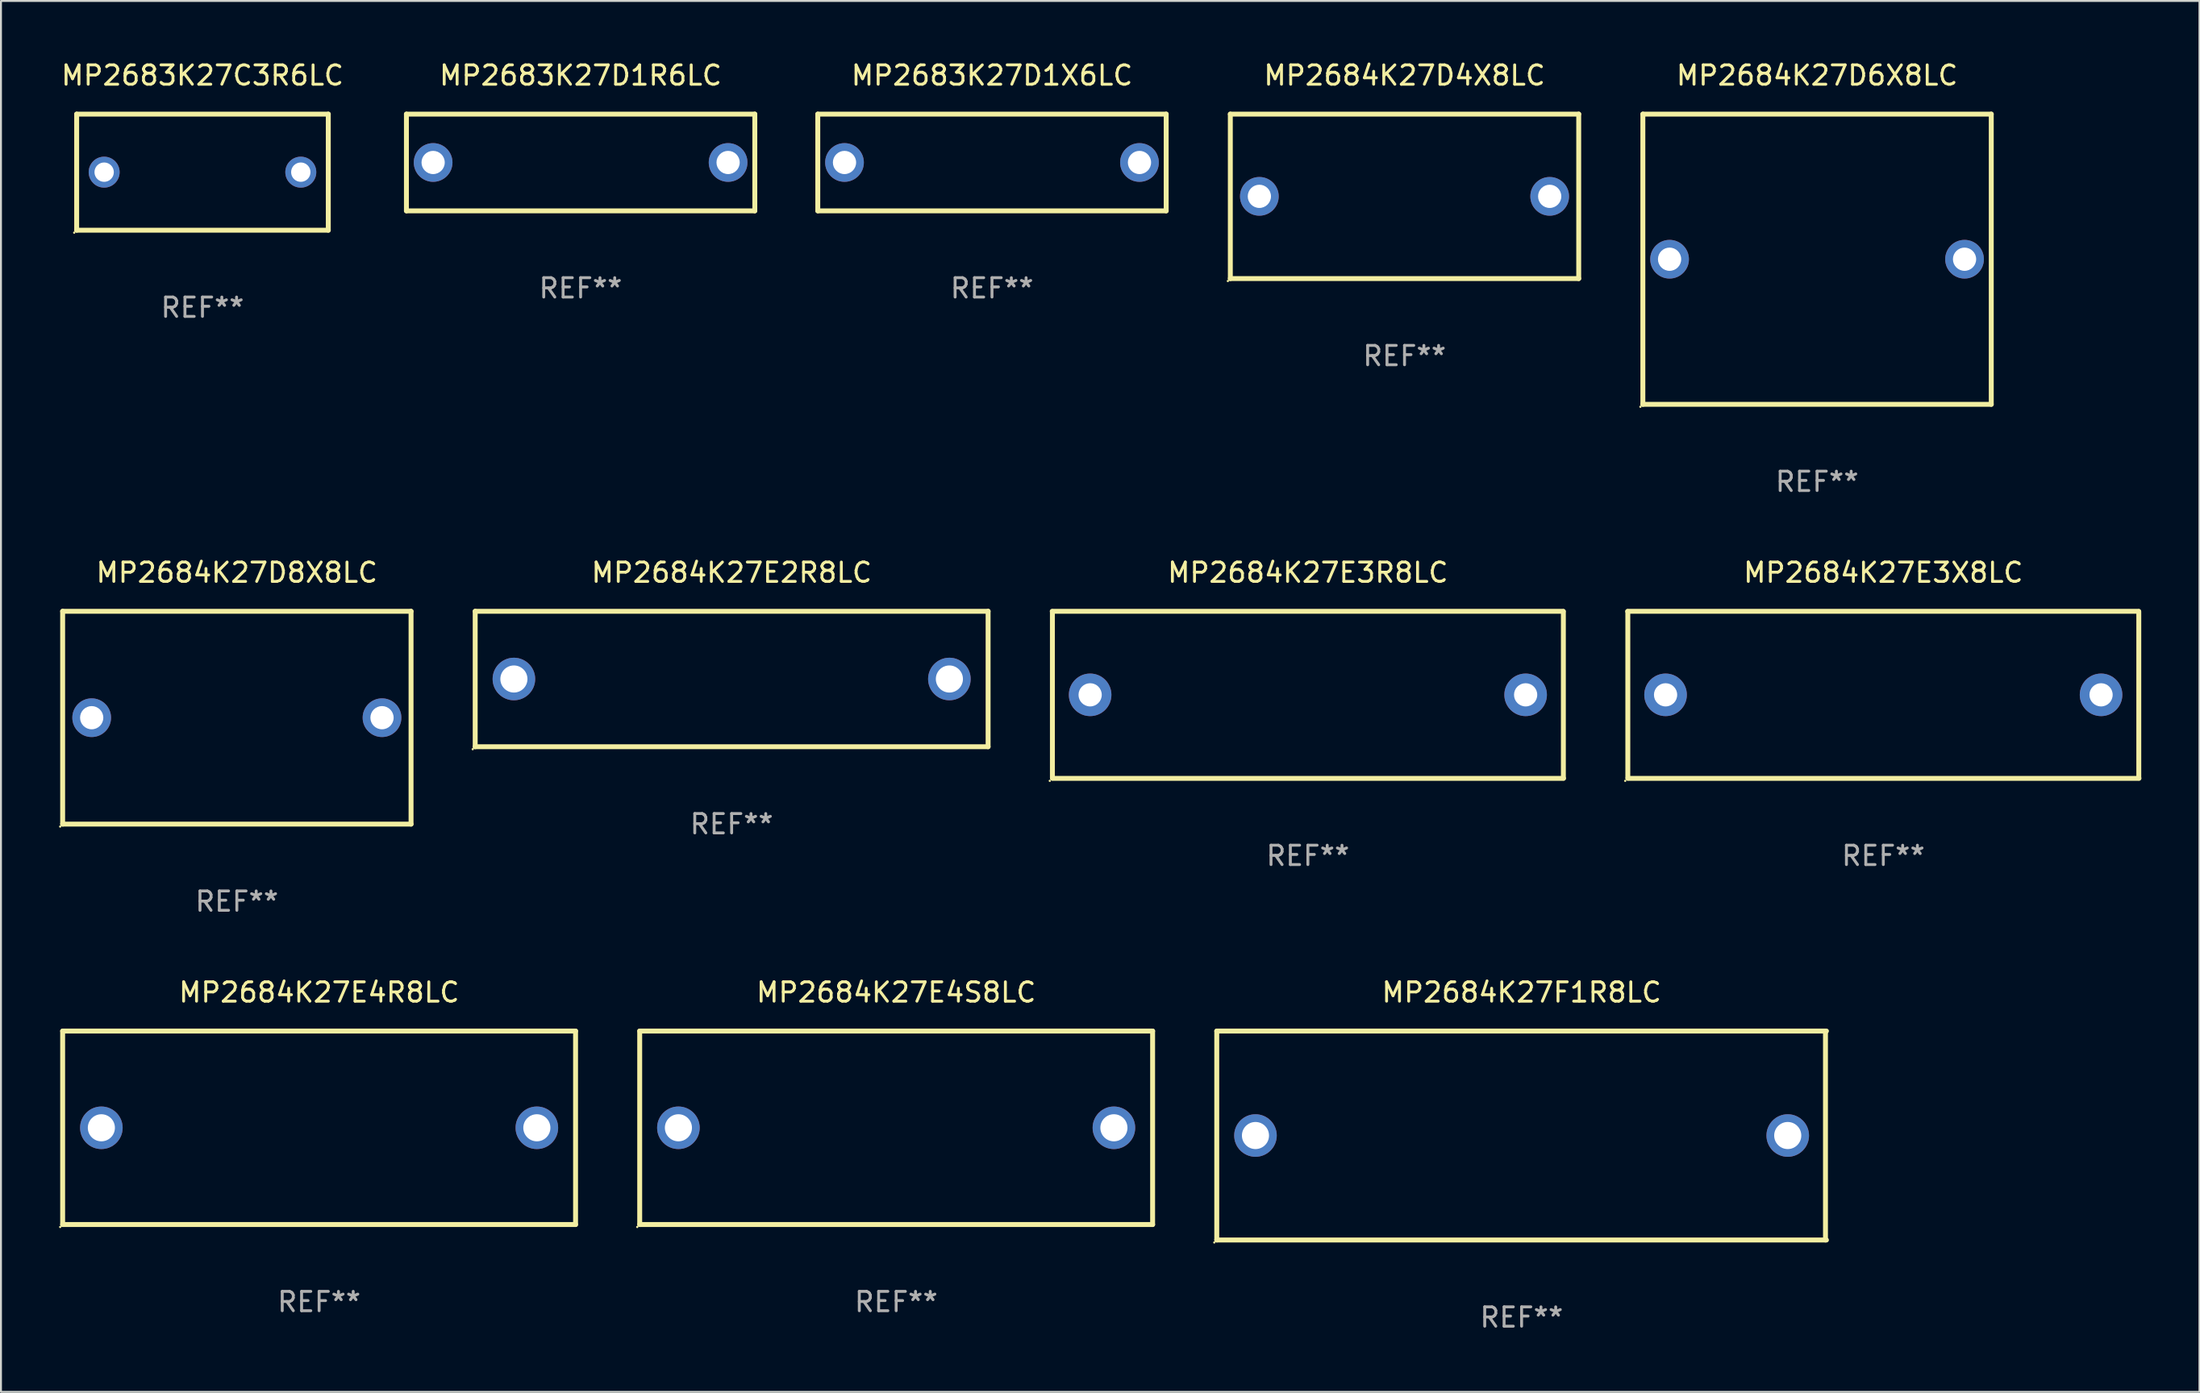
<source format=kicad_pcb>
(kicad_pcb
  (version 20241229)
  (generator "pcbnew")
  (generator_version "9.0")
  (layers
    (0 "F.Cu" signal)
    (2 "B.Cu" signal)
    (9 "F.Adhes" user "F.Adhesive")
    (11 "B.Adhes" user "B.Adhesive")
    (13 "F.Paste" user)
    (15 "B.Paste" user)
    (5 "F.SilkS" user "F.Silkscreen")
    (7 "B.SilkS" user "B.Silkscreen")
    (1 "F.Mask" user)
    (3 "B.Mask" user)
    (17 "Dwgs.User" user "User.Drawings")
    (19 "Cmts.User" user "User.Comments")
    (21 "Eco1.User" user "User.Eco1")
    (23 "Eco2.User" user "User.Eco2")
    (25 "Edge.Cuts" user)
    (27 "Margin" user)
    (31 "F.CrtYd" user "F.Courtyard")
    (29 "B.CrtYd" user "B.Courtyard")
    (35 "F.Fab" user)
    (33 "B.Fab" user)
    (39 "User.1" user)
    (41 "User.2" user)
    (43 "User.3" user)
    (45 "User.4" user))
  (footprint "MP2684K27D8X8LC"
    (layer "F.Cu")
    (at 9.187 34.045)
    (property "Reference" "MP2684K27D8X8LC" (at 0 -7.5 0) (layer "F.SilkS") (effects (font (size 1 1) (thickness 0.15))))
    (attr through_hole)
    (fp_line (start -9 -5.5) (end 9 -5.5) (stroke (width 0.254) (type solid)) (layer "F.SilkS"))
    (fp_line (start -9 5.5) (end -9 -5.5) (stroke (width 0.254) (type solid)) (layer "F.SilkS"))
    (fp_line (start 9 -5.5) (end 9 5.5) (stroke (width 0.254) (type solid)) (layer "F.SilkS"))
    (fp_line (start 9 5.5) (end -9 5.5) (stroke (width 0.254) (type solid)) (layer "F.SilkS"))
    (fp_circle (center -9.127 5.627) (end -9.097 5.627) (stroke (width 0.06) (type solid)) (fill no) (layer "F.SilkS"))
    (fp_text user "REF**" (at 0 9.5 0) (layer "F.Fab") (effects (font (size 1 1) (thickness 0.15))))
    (pad "1" thru_hole circle (at -7.5 0) (size 2 2) (drill 1.2) (layers "*.Cu" "*.Mask"))
    (pad "2" thru_hole circle (at 7.5 0) (size 2 2) (drill 1.2) (layers "*.Cu" "*.Mask")))
  (footprint "MP2684K27E4S8LC"
    (layer "F.Cu")
    (at 43.251 55.241)
    (property "Reference" "MP2684K27E4S8LC" (at 0 -7 0) (layer "F.SilkS") (effects (font (size 1 1) (thickness 0.15))))
    (attr through_hole)
    (fp_line (start -13.25 -5) (end 13.25 -5) (stroke (width 0.254) (type solid)) (layer "F.SilkS"))
    (fp_line (start -13.25 5) (end -13.25 -5) (stroke (width 0.254) (type solid)) (layer "F.SilkS"))
    (fp_line (start 13.25 -5) (end 13.25 5) (stroke (width 0.254) (type solid)) (layer "F.SilkS"))
    (fp_line (start 13.25 5) (end -13.25 5) (stroke (width 0.254) (type solid)) (layer "F.SilkS"))
    (fp_circle (center -13.377 5.127) (end -13.347 5.127) (stroke (width 0.06) (type solid)) (fill no) (layer "F.SilkS"))
    (fp_text user "REF**" (at 0 9 0) (layer "F.Fab") (effects (font (size 1 1) (thickness 0.15))))
    (pad "1" thru_hole circle (at -11.25 0) (size 2.2 2.2) (drill 1.4) (layers "*.Cu" "*.Mask"))
    (pad "2" thru_hole circle (at 11.25 0) (size 2.2 2.2) (drill 1.4) (layers "*.Cu" "*.Mask")))
  (footprint "MP2683K27C3R6LC"
    (layer "F.Cu")
    (at 7.411 5.848)
    (property "Reference" "MP2683K27C3R6LC" (at 0 -5 0) (layer "F.SilkS") (effects (font (size 1 1) (thickness 0.15))))
    (attr through_hole)
    (fp_line (start -6.5 -3) (end 6.5 -3) (stroke (width 0.254) (type solid)) (layer "F.SilkS"))
    (fp_line (start -6.5 3) (end -6.5 -3) (stroke (width 0.254) (type solid)) (layer "F.SilkS"))
    (fp_line (start 6.5 -3) (end 6.5 3) (stroke (width 0.254) (type solid)) (layer "F.SilkS"))
    (fp_line (start 6.5 3) (end -6.5 3) (stroke (width 0.254) (type solid)) (layer "F.SilkS"))
    (fp_circle (center -6.627 3.127) (end -6.597 3.127) (stroke (width 0.06) (type solid)) (fill no) (layer "F.SilkS"))
    (fp_text user "REF**" (at 0 7 0) (layer "F.Fab") (effects (font (size 1 1) (thickness 0.15))))
    (pad "1" thru_hole circle (at -5.08 0) (size 1.6 1.6) (drill 1) (layers "*.Cu" "*.Mask"))
    (pad "2" thru_hole circle (at 5.08 0) (size 1.6 1.6) (drill 1) (layers "*.Cu" "*.Mask")))
  (footprint "MP2684K27E2R8LC"
    (layer "F.Cu")
    (at 34.751 32.045)
    (property "Reference" "MP2684K27E2R8LC" (at 0 -5.5 0) (layer "F.SilkS") (effects (font (size 1 1) (thickness 0.15))))
    (attr through_hole)
    (fp_line (start -13.25 -3.5) (end 13.25 -3.5) (stroke (width 0.254) (type solid)) (layer "F.SilkS"))
    (fp_line (start -13.25 3.5) (end -13.25 -3.5) (stroke (width 0.254) (type solid)) (layer "F.SilkS"))
    (fp_line (start 13.25 -3.5) (end 13.25 3.5) (stroke (width 0.254) (type solid)) (layer "F.SilkS"))
    (fp_line (start 13.25 3.5) (end -13.25 3.5) (stroke (width 0.254) (type solid)) (layer "F.SilkS"))
    (fp_circle (center -13.377 3.627) (end -13.347 3.627) (stroke (width 0.06) (type solid)) (fill no) (layer "F.SilkS"))
    (fp_text user "REF**" (at 0 7.5 0) (layer "F.Fab") (effects (font (size 1 1) (thickness 0.15))))
    (pad "1" thru_hole circle (at -11.25 0) (size 2.2 2.2) (drill 1.4) (layers "*.Cu" "*.Mask"))
    (pad "2" thru_hole circle (at 11.25 0) (size 2.2 2.2) (drill 1.4) (layers "*.Cu" "*.Mask")))
  (footprint "MP2684K27D4X8LC"
    (layer "F.Cu")
    (at 69.516 7.098)
    (property "Reference" "MP2684K27D4X8LC" (at 0 -6.25 0) (layer "F.SilkS") (effects (font (size 1 1) (thickness 0.15))))
    (attr through_hole)
    (fp_line (start -9 -4.25) (end -9 4.25) (stroke (width 0.254) (type solid)) (layer "F.SilkS"))
    (fp_line (start -9 -4.25) (end 9 -4.25) (stroke (width 0.254) (type solid)) (layer "F.SilkS"))
    (fp_line (start 9 4.25) (end -9 4.25) (stroke (width 0.254) (type solid)) (layer "F.SilkS"))
    (fp_line (start 9 4.25) (end 9 -4.25) (stroke (width 0.254) (type solid)) (layer "F.SilkS"))
    (fp_circle (center -9.127 4.377) (end -9.097 4.377) (stroke (width 0.06) (type solid)) (fill no) (layer "F.SilkS"))
    (fp_text user "REF**" (at 0 8.25 0) (layer "F.Fab") (effects (font (size 1 1) (thickness 0.15))))
    (pad "1" thru_hole circle (at -7.5 0) (size 2 2) (drill 1.2) (layers "*.Cu" "*.Mask"))
    (pad "2" thru_hole circle (at 7.5 0) (size 2 2) (drill 1.2) (layers "*.Cu" "*.Mask")))
  (footprint "MP2684K27E3R8LC"
    (layer "F.Cu")
    (at 64.523 32.863)
    (property "Reference" "MP2684K27E3R8LC" (at 0 -6.318 0) (layer "F.SilkS") (effects (font (size 1 1) (thickness 0.15))))
    (attr through_hole)
    (fp_line (start -13.208 -4.318) (end 13.193 -4.318) (stroke (width 0.254) (type solid)) (layer "F.SilkS"))
    (fp_line (start -13.2 4.3) (end -13.2 -4.3) (stroke (width 0.254) (type solid)) (layer "F.SilkS"))
    (fp_line (start 13.2 -4.3) (end 13.2 4.3) (stroke (width 0.254) (type solid)) (layer "F.SilkS"))
    (fp_line (start 13.208 4.318) (end -13.193 4.318) (stroke (width 0.254) (type solid)) (layer "F.SilkS"))
    (fp_circle (center -13.335 4.445) (end -13.305 4.445) (stroke (width 0.06) (type solid)) (fill no) (layer "F.SilkS"))
    (fp_text user "REF**" (at 0 8.318 0) (layer "F.Fab") (effects (font (size 1 1) (thickness 0.15))))
    (pad "1" thru_hole circle (at -11.25 0) (size 2.2 2.2) (drill 1.2) (layers "*.Cu" "*.Mask"))
    (pad "2" thru_hole circle (at 11.25 0) (size 2.2 2.2) (drill 1.2) (layers "*.Cu" "*.Mask")))
  (footprint "MP2683K27D1R6LC"
    (layer "F.Cu")
    (at 26.948 5.348)
    (property "Reference" "MP2683K27D1R6LC" (at 0 -4.5 0) (layer "F.SilkS") (effects (font (size 1 1) (thickness 0.15))))
    (attr through_hole)
    (fp_line (start -9 -2.5) (end 9 -2.5) (stroke (width 0.254) (type solid)) (layer "F.SilkS"))
    (fp_line (start -9 2.5) (end -9 -2.5) (stroke (width 0.254) (type solid)) (layer "F.SilkS"))
    (fp_line (start 9 -2.5) (end 9 2.5) (stroke (width 0.254) (type solid)) (layer "F.SilkS"))
    (fp_line (start 9 2.5) (end -9 2.5) (stroke (width 0.254) (type solid)) (layer "F.SilkS"))
    (fp_circle (center -9 2.5) (end -8.97 2.5) (stroke (width 0.06) (type solid)) (fill no) (layer "F.SilkS"))
    (fp_text user "REF**" (at 0 6.5 0) (layer "F.Fab") (effects (font (size 1 1) (thickness 0.15))))
    (pad "1" thru_hole circle (at -7.62 -0.000127) (size 2 2) (drill 1.2) (layers "*.Cu" "*.Mask"))
    (pad "2" thru_hole circle (at 7.62 -0.000127) (size 2 2) (drill 1.2) (layers "*.Cu" "*.Mask")))
  (footprint "MP2684K27E4R8LC"
    (layer "F.Cu")
    (at 13.437 55.241)
    (property "Reference" "MP2684K27E4R8LC" (at 0 -7 0) (layer "F.SilkS") (effects (font (size 1 1) (thickness 0.15))))
    (attr through_hole)
    (fp_line (start -13.25 -5) (end 13.25 -5) (stroke (width 0.254) (type solid)) (layer "F.SilkS"))
    (fp_line (start -13.25 5) (end -13.25 -5) (stroke (width 0.254) (type solid)) (layer "F.SilkS"))
    (fp_line (start 13.25 -5) (end 13.25 5) (stroke (width 0.254) (type solid)) (layer "F.SilkS"))
    (fp_line (start 13.25 5) (end -13.25 5) (stroke (width 0.254) (type solid)) (layer "F.SilkS"))
    (fp_circle (center -13.377 5.127) (end -13.347 5.127) (stroke (width 0.06) (type solid)) (fill no) (layer "F.SilkS"))
    (fp_text user "REF**" (at 0 9 0) (layer "F.Fab") (effects (font (size 1 1) (thickness 0.15))))
    (pad "1" thru_hole circle (at -11.25 0) (size 2.2 2.2) (drill 1.4) (layers "*.Cu" "*.Mask"))
    (pad "2" thru_hole circle (at 11.25 0) (size 2.2 2.2) (drill 1.4) (layers "*.Cu" "*.Mask")))
  (footprint "MP2684K27F1R8LC"
    (layer "F.Cu")
    (at 75.565 55.641)
    (property "Reference" "MP2684K27F1R8LC" (at 0 -7.4 0) (layer "F.SilkS") (effects (font (size 1 1) (thickness 0.15))))
    (attr through_hole)
    (fp_line (start -15.75 -5.4) (end 15.75 -5.4) (stroke (width 0.254) (type solid)) (layer "F.SilkS"))
    (fp_line (start -15.75 5.4) (end -15.75 -5.4) (stroke (width 0.254) (type solid)) (layer "F.SilkS"))
    (fp_line (start 15.7 -5.4) (end 15.7 5.4) (stroke (width 0.254) (type solid)) (layer "F.SilkS"))
    (fp_line (start 15.75 5.4) (end -15.75 5.4) (stroke (width 0.254) (type solid)) (layer "F.SilkS"))
    (fp_circle (center -15.877 5.527) (end -15.847 5.527) (stroke (width 0.06) (type solid)) (fill no) (layer "F.SilkS"))
    (fp_text user "REF**" (at 0 9.4 0) (layer "F.Fab") (effects (font (size 1 1) (thickness 0.15))))
    (pad "1" thru_hole circle (at -13.75 0) (size 2.2 2.2) (drill 1.4) (layers "*.Cu" "*.Mask"))
    (pad "2" thru_hole circle (at 13.75 0) (size 2.2 2.2) (drill 1.4) (layers "*.Cu" "*.Mask")))
  (footprint "MP2683K27D1X6LC"
    (layer "F.Cu")
    (at 48.202 5.348)
    (property "Reference" "MP2683K27D1X6LC" (at 0 -4.5 0) (layer "F.SilkS") (effects (font (size 1 1) (thickness 0.15))))
    (attr through_hole)
    (fp_line (start -9 -2.5) (end 9 -2.5) (stroke (width 0.254) (type solid)) (layer "F.SilkS"))
    (fp_line (start -9 2.5) (end -9 -2.5) (stroke (width 0.254) (type solid)) (layer "F.SilkS"))
    (fp_line (start 9 -2.5) (end 9 2.5) (stroke (width 0.254) (type solid)) (layer "F.SilkS"))
    (fp_line (start 9 2.5) (end -9 2.5) (stroke (width 0.254) (type solid)) (layer "F.SilkS"))
    (fp_circle (center -9 2.5) (end -8.97 2.5) (stroke (width 0.06) (type solid)) (fill no) (layer "F.SilkS"))
    (fp_text user "REF**" (at 0 6.5 0) (layer "F.Fab") (effects (font (size 1 1) (thickness 0.15))))
    (pad "1" thru_hole circle (at -7.62 -0.000127) (size 2 2) (drill 1.2) (layers "*.Cu" "*.Mask"))
    (pad "2" thru_hole circle (at 7.62 -0.000127) (size 2 2) (drill 1.2) (layers "*.Cu" "*.Mask")))
  (footprint "MP2684K27D6X8LC"
    (layer "F.Cu")
    (at 90.83 10.348)
    (property "Reference" "MP2684K27D6X8LC" (at 0 -9.5 0) (layer "F.SilkS") (effects (font (size 1 1) (thickness 0.15))))
    (attr through_hole)
    (fp_line (start -9 -7.5) (end 9 -7.5) (stroke (width 0.254) (type solid)) (layer "F.SilkS"))
    (fp_line (start -9 7.5) (end -9 -7.5) (stroke (width 0.254) (type solid)) (layer "F.SilkS"))
    (fp_line (start -9 7.5) (end 9 7.5) (stroke (width 0.254) (type solid)) (layer "F.SilkS"))
    (fp_line (start 9 -7.5) (end 9 7.5) (stroke (width 0.254) (type solid)) (layer "F.SilkS"))
    (fp_circle (center -9.127 7.627) (end -9.097 7.627) (stroke (width 0.06) (type solid)) (fill no) (layer "F.SilkS"))
    (fp_text user "REF**" (at 0 11.5 0) (layer "F.Fab") (effects (font (size 1 1) (thickness 0.15))))
    (pad "1" thru_hole circle (at -7.62 0) (size 2 2) (drill 1.2) (layers "*.Cu" "*.Mask"))
    (pad "2" thru_hole circle (at 7.62 0) (size 2 2) (drill 1.2) (layers "*.Cu" "*.Mask")))
  (footprint "MP2684K27E3X8LC"
    (layer "F.Cu")
    (at 94.253 32.863)
    (property "Reference" "MP2684K27E3X8LC" (at 0 -6.318 0) (layer "F.SilkS") (effects (font (size 1 1) (thickness 0.15))))
    (attr through_hole)
    (fp_line (start -13.208 -4.318) (end 13.193 -4.318) (stroke (width 0.254) (type solid)) (layer "F.SilkS"))
    (fp_line (start -13.2 4.3) (end -13.2 -4.3) (stroke (width 0.254) (type solid)) (layer "F.SilkS"))
    (fp_line (start 13.2 -4.3) (end 13.2 4.3) (stroke (width 0.254) (type solid)) (layer "F.SilkS"))
    (fp_line (start 13.208 4.318) (end -13.193 4.318) (stroke (width 0.254) (type solid)) (layer "F.SilkS"))
    (fp_circle (center -13.335 4.445) (end -13.305 4.445) (stroke (width 0.06) (type solid)) (fill no) (layer "F.SilkS"))
    (fp_text user "REF**" (at 0 8.318 0) (layer "F.Fab") (effects (font (size 1 1) (thickness 0.15))))
    (pad "1" thru_hole circle (at -11.25 0) (size 2.2 2.2) (drill 1.2) (layers "*.Cu" "*.Mask"))
    (pad "2" thru_hole circle (at 11.25 0) (size 2.2 2.2) (drill 1.2) (layers "*.Cu" "*.Mask")))
  (gr_rect
    (start -3 -3)
    (end 110.588 68.89)
    (stroke (width 0.1) (type default))
    (fill no)
    (layer "Edge.Cuts")))
</source>
